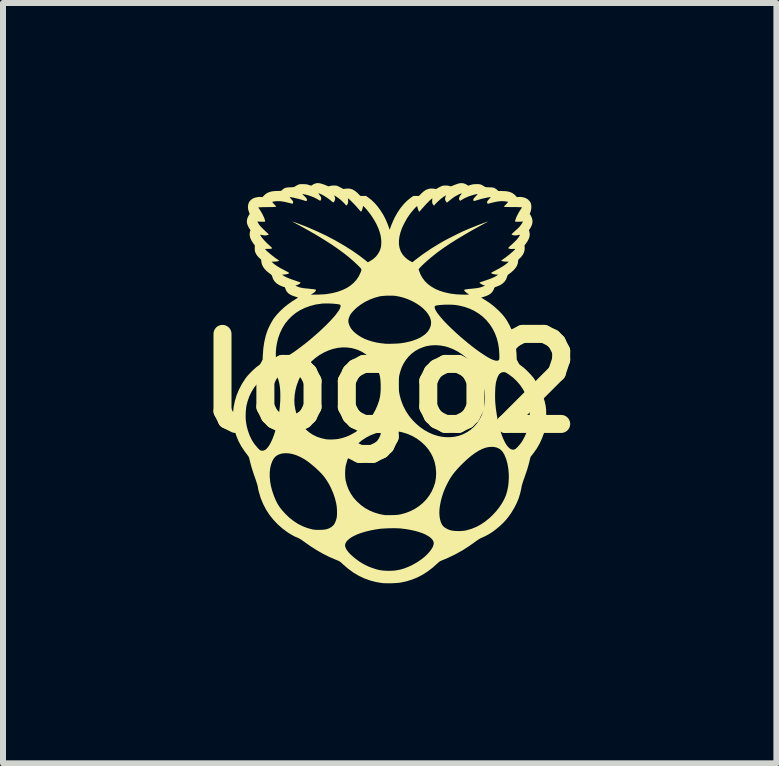
<source format=kicad_pcb>
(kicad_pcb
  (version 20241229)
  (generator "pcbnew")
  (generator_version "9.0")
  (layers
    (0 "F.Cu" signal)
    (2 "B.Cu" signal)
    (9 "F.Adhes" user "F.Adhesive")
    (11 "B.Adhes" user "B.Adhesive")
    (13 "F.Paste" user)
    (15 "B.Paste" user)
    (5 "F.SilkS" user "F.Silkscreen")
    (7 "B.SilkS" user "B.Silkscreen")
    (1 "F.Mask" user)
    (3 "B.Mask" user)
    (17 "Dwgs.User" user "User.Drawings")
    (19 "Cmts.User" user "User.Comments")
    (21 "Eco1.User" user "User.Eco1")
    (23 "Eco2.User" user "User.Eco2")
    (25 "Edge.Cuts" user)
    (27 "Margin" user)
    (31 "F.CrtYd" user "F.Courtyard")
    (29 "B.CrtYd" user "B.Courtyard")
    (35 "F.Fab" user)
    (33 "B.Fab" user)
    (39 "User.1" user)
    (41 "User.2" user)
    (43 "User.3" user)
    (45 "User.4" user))
  (footprint "logo2"
    (layer "F.Cu")
    (at 3.443 3.335)
    (property "Reference" "logo2" (at 0 0 0) (layer "F.SilkS") (effects (font (size 1.5 1.5) (thickness 0.3))))
    (attr board_only exclude_from_pos_files exclude_from_bom)
    (fp_poly (pts (xy -1.63 -2.697) (xy -1.633 -2.695) (xy -1.635 -2.697) (xy -1.633 -2.7)) (stroke (width 0) (type solid)) (fill yes) (layer "F.SilkS"))
    (fp_poly (pts (xy 1.65 -2.697) (xy 1.648 -2.695) (xy 1.645 -2.697) (xy 1.648 -2.7)) (stroke (width 0) (type solid)) (fill yes) (layer "F.SilkS"))
    (fp_poly (pts (xy -1.169 -3.332) (xy -1.133 -3.323) (xy -1.091 -3.309) (xy -1.084 -3.306) (xy -1.02 -3.28) (xy -0.989 -3.288) (xy -0.949 -3.294) (xy -0.918 -3.294) (xy -0.899 -3.293) (xy -0.885 -3.291) (xy -0.871 -3.287) (xy -0.856 -3.28) (xy -0.835 -3.27) (xy -0.824 -3.264) (xy -0.772 -3.236) (xy -0.733 -3.241) (xy -0.69 -3.244) (xy -0.651 -3.239) (xy -0.614 -3.226) (xy -0.578 -3.204) (xy -0.541 -3.174) (xy -0.529 -3.162) (xy -0.488 -3.12) (xy -0.441 -3.12) (xy -0.394 -3.12) (xy -0.357 -3.094) (xy -0.302 -3.051) (xy -0.249 -3) (xy -0.198 -2.941) (xy -0.151 -2.876) (xy -0.107 -2.806) (xy -0.069 -2.732) (xy -0.036 -2.656) (xy -0.022 -2.618) (xy -0.014 -2.596) (xy -0.007 -2.577) (xy -0.002 -2.565) (xy 0.001 -2.56) (xy 0.001 -2.56) (xy 0.004 -2.564) (xy 0.007 -2.575) (xy 0.007 -2.575) (xy 0.011 -2.59) (xy 0.019 -2.612) (xy 0.029 -2.639) (xy 0.042 -2.669) (xy 0.055 -2.701) (xy 0.069 -2.731) (xy 0.082 -2.759) (xy 0.086 -2.766) (xy 0.13 -2.844) (xy 0.179 -2.917) (xy 0.232 -2.982) (xy 0.288 -3.039) (xy 0.348 -3.088) (xy 0.358 -3.095) (xy 0.394 -3.12) (xy 0.44 -3.12) (xy 0.487 -3.12) (xy 0.528 -3.162) (xy 0.566 -3.196) (xy 0.603 -3.221) (xy 0.641 -3.236) (xy 0.68 -3.244) (xy 0.723 -3.243) (xy 0.738 -3.241) (xy 0.771 -3.235) (xy 0.824 -3.264) (xy 0.847 -3.276) (xy 0.865 -3.284) (xy 0.879 -3.289) (xy 0.893 -3.292) (xy 0.909 -3.293) (xy 0.917 -3.294) (xy 0.961 -3.293) (xy 0.989 -3.288) (xy 1.02 -3.28) (xy 1.083 -3.305) (xy 1.126 -3.321) (xy 1.162 -3.331) (xy 1.194 -3.334) (xy 1.224 -3.332) (xy 1.252 -3.323) (xy 1.281 -3.309) (xy 1.282 -3.308) (xy 1.31 -3.291) (xy 1.349 -3.304) (xy 1.369 -3.31) (xy 1.388 -3.314) (xy 1.409 -3.316) (xy 1.435 -3.317) (xy 1.445 -3.317) (xy 1.471 -3.317) (xy 1.489 -3.316) (xy 1.503 -3.314) (xy 1.516 -3.311) (xy 1.529 -3.305) (xy 1.533 -3.304) (xy 1.551 -3.294) (xy 1.568 -3.284) (xy 1.578 -3.278) (xy 1.585 -3.273) (xy 1.593 -3.269) (xy 1.604 -3.267) (xy 1.619 -3.266) (xy 1.642 -3.265) (xy 1.658 -3.264) (xy 1.686 -3.263) (xy 1.706 -3.262) (xy 1.72 -3.26) (xy 1.733 -3.257) (xy 1.745 -3.252) (xy 1.751 -3.249) (xy 1.769 -3.238) (xy 1.786 -3.226) (xy 1.794 -3.219) (xy 1.808 -3.203) (xy 1.878 -3.202) (xy 1.931 -3.2) (xy 1.977 -3.193) (xy 2.016 -3.181) (xy 2.05 -3.164) (xy 2.08 -3.142) (xy 2.095 -3.127) (xy 2.12 -3.101) (xy 2.147 -3.103) (xy 2.179 -3.104) (xy 2.215 -3.099) (xy 2.251 -3.09) (xy 2.274 -3.08) (xy 2.303 -3.062) (xy 2.328 -3.037) (xy 2.347 -3.009) (xy 2.353 -2.994) (xy 2.359 -2.966) (xy 2.36 -2.933) (xy 2.357 -2.898) (xy 2.35 -2.866) (xy 2.345 -2.852) (xy 2.333 -2.822) (xy 2.347 -2.8) (xy 2.367 -2.76) (xy 2.378 -2.72) (xy 2.379 -2.68) (xy 2.37 -2.64) (xy 2.352 -2.599) (xy 2.336 -2.573) (xy 2.32 -2.55) (xy 2.328 -2.522) (xy 2.334 -2.484) (xy 2.33 -2.445) (xy 2.316 -2.403) (xy 2.293 -2.36) (xy 2.271 -2.329) (xy 2.246 -2.296) (xy 2.249 -2.264) (xy 2.248 -2.22) (xy 2.237 -2.178) (xy 2.217 -2.139) (xy 2.188 -2.102) (xy 2.172 -2.086) (xy 2.156 -2.072) (xy 2.147 -2.062) (xy 2.142 -2.053) (xy 2.141 -2.044) (xy 2.14 -2.037) (xy 2.135 -1.998) (xy 2.121 -1.959) (xy 2.097 -1.92) (xy 2.064 -1.882) (xy 2.022 -1.845) (xy 2 -1.828) (xy 1.983 -1.816) (xy 1.971 -1.806) (xy 1.964 -1.797) (xy 1.96 -1.786) (xy 1.956 -1.772) (xy 1.939 -1.729) (xy 1.914 -1.692) (xy 1.88 -1.66) (xy 1.838 -1.633) (xy 1.788 -1.612) (xy 1.774 -1.607) (xy 1.758 -1.602) (xy 1.749 -1.596) (xy 1.743 -1.587) (xy 1.737 -1.572) (xy 1.736 -1.57) (xy 1.721 -1.538) (xy 1.701 -1.511) (xy 1.674 -1.487) (xy 1.641 -1.467) (xy 1.599 -1.45) (xy 1.556 -1.436) (xy 1.524 -1.427) (xy 1.581 -1.392) (xy 1.665 -1.337) (xy 1.741 -1.278) (xy 1.811 -1.214) (xy 1.825 -1.2) (xy 1.868 -1.156) (xy 1.903 -1.115) (xy 1.934 -1.073) (xy 1.962 -1.029) (xy 1.989 -0.98) (xy 1.997 -0.965) (xy 2.034 -0.884) (xy 2.063 -0.799) (xy 2.086 -0.71) (xy 2.102 -0.615) (xy 2.111 -0.514) (xy 2.114 -0.47) (xy 2.117 -0.393) (xy 2.139 -0.352) (xy 2.15 -0.332) (xy 2.159 -0.317) (xy 2.171 -0.306) (xy 2.186 -0.294) (xy 2.202 -0.282) (xy 2.226 -0.264) (xy 2.255 -0.239) (xy 2.286 -0.21) (xy 2.317 -0.178) (xy 2.348 -0.146) (xy 2.375 -0.115) (xy 2.398 -0.087) (xy 2.405 -0.076) (xy 2.464 0.016) (xy 2.514 0.11) (xy 2.553 0.208) (xy 2.584 0.309) (xy 2.597 0.369) (xy 2.6 0.389) (xy 2.603 0.408) (xy 2.605 0.427) (xy 2.607 0.448) (xy 2.607 0.473) (xy 2.608 0.505) (xy 2.608 0.544) (xy 2.608 0.552) (xy 2.608 0.592) (xy 2.607 0.624) (xy 2.607 0.649) (xy 2.606 0.669) (xy 2.604 0.687) (xy 2.601 0.704) (xy 2.598 0.722) (xy 2.594 0.74) (xy 2.571 0.83) (xy 2.538 0.918) (xy 2.499 1.004) (xy 2.452 1.086) (xy 2.399 1.161) (xy 2.383 1.183) (xy 2.37 1.198) (xy 2.359 1.212) (xy 2.352 1.22) (xy 2.351 1.221) (xy 2.348 1.229) (xy 2.343 1.245) (xy 2.337 1.265) (xy 2.333 1.283) (xy 2.321 1.332) (xy 2.307 1.383) (xy 2.291 1.438) (xy 2.271 1.497) (xy 2.248 1.564) (xy 2.243 1.578) (xy 2.231 1.611) (xy 2.22 1.644) (xy 2.211 1.673) (xy 2.204 1.697) (xy 2.2 1.715) (xy 2.198 1.721) (xy 2.194 1.747) (xy 2.187 1.778) (xy 2.179 1.814) (xy 2.169 1.852) (xy 2.158 1.888) (xy 2.148 1.92) (xy 2.143 1.933) (xy 2.111 2.008) (xy 2.071 2.084) (xy 2.026 2.159) (xy 1.977 2.228) (xy 1.952 2.26) (xy 1.899 2.319) (xy 1.841 2.375) (xy 1.779 2.427) (xy 1.716 2.475) (xy 1.652 2.516) (xy 1.588 2.55) (xy 1.535 2.574) (xy 1.511 2.585) (xy 1.482 2.602) (xy 1.449 2.624) (xy 1.435 2.635) (xy 1.32 2.716) (xy 1.207 2.788) (xy 1.094 2.851) (xy 0.98 2.906) (xy 0.905 2.938) (xy 0.877 2.949) (xy 0.856 2.958) (xy 0.84 2.966) (xy 0.827 2.974) (xy 0.815 2.984) (xy 0.801 2.997) (xy 0.795 3.002) (xy 0.713 3.075) (xy 0.629 3.139) (xy 0.544 3.193) (xy 0.456 3.238) (xy 0.366 3.274) (xy 0.271 3.303) (xy 0.188 3.32) (xy 0.157 3.325) (xy 0.119 3.328) (xy 0.076 3.331) (xy 0.031 3.333) (xy -0.014 3.333) (xy -0.057 3.333) (xy -0.094 3.332) (xy -0.123 3.33) (xy -0.226 3.313) (xy -0.326 3.287) (xy -0.423 3.252) (xy -0.516 3.208) (xy -0.607 3.154) (xy -0.694 3.09) (xy -0.779 3.017) (xy -0.79 3.007) (xy -0.806 2.991) (xy -0.82 2.98) (xy -0.832 2.97) (xy -0.846 2.963) (xy -0.864 2.955) (xy -0.887 2.945) (xy -0.905 2.938) (xy -1.007 2.894) (xy -1.109 2.843) (xy -1.212 2.784) (xy -1.317 2.718) (xy -1.343 2.699) (xy -0.744 2.699) (xy -0.74 2.726) (xy -0.728 2.757) (xy -0.707 2.79) (xy -0.679 2.825) (xy -0.644 2.861) (xy -0.603 2.897) (xy -0.558 2.933) (xy -0.51 2.968) (xy -0.459 3) (xy -0.406 3.029) (xy -0.371 3.046) (xy -0.335 3.062) (xy -0.293 3.077) (xy -0.25 3.092) (xy -0.208 3.104) (xy -0.172 3.112) (xy -0.171 3.113) (xy -0.118 3.121) (xy -0.058 3.125) (xy 0.003 3.126) (xy 0.064 3.123) (xy 0.102 3.119) (xy 0.172 3.106) (xy 0.245 3.085) (xy 0.318 3.056) (xy 0.39 3.021) (xy 0.46 2.981) (xy 0.525 2.937) (xy 0.585 2.889) (xy 0.637 2.838) (xy 0.667 2.804) (xy 0.697 2.763) (xy 0.718 2.727) (xy 0.73 2.693) (xy 0.734 2.663) (xy 0.729 2.637) (xy 0.725 2.628) (xy 0.706 2.599) (xy 0.678 2.572) (xy 0.641 2.546) (xy 0.596 2.521) (xy 0.543 2.498) (xy 0.484 2.478) (xy 0.419 2.46) (xy 0.348 2.444) (xy 0.272 2.431) (xy 0.192 2.421) (xy 0.17 2.419) (xy 0.132 2.417) (xy 0.087 2.416) (xy 0.038 2.416) (xy -0.014 2.417) (xy -0.065 2.419) (xy -0.113 2.422) (xy -0.155 2.425) (xy -0.173 2.427) (xy -0.253 2.44) (xy -0.33 2.455) (xy -0.401 2.472) (xy -0.467 2.492) (xy -0.527 2.513) (xy -0.581 2.537) (xy -0.628 2.561) (xy -0.667 2.588) (xy -0.699 2.615) (xy -0.723 2.642) (xy -0.738 2.671) (xy -0.744 2.699) (xy -1.343 2.699) (xy -1.425 2.642) (xy -1.44 2.631) (xy -1.477 2.605) (xy -1.509 2.586) (xy -1.534 2.574) (xy -1.574 2.558) (xy -1.612 2.538) (xy -1.653 2.515) (xy -1.697 2.487) (xy -1.699 2.486) (xy -1.787 2.421) (xy -1.867 2.35) (xy -1.94 2.273) (xy -2.005 2.191) (xy -2.061 2.104) (xy -2.109 2.012) (xy -2.149 1.915) (xy -2.178 1.817) (xy -2.185 1.79) (xy -2.191 1.763) (xy -2.195 1.74) (xy -2.198 1.723) (xy -2.198 1.723) (xy -2.201 1.709) (xy -2.207 1.688) (xy -2.215 1.662) (xy -2.225 1.631) (xy -2.236 1.597) (xy -2.243 1.578) (xy -2.267 1.509) (xy -2.274 1.488) (xy -1.999 1.488) (xy -1.999 1.561) (xy -1.992 1.638) (xy -1.978 1.717) (xy -1.956 1.798) (xy -1.928 1.88) (xy -1.912 1.919) (xy -1.891 1.966) (xy -1.871 2.005) (xy -1.849 2.041) (xy -1.825 2.076) (xy -1.809 2.097) (xy -1.745 2.17) (xy -1.677 2.236) (xy -1.604 2.294) (xy -1.529 2.343) (xy -1.45 2.383) (xy -1.369 2.414) (xy -1.287 2.436) (xy -1.278 2.437) (xy -1.252 2.441) (xy -1.22 2.443) (xy -1.184 2.443) (xy -1.147 2.443) (xy -1.112 2.441) (xy -1.081 2.438) (xy -1.057 2.434) (xy -1.053 2.433) (xy -1.008 2.417) (xy -0.971 2.396) (xy -0.94 2.369) (xy -0.916 2.335) (xy -0.898 2.293) (xy -0.887 2.257) (xy -0.881 2.226) (xy -0.878 2.187) (xy -0.878 2.144) (xy -0.879 2.098) (xy -0.883 2.053) (xy -0.89 2.011) (xy -0.892 1.998) (xy -0.913 1.914) (xy -0.942 1.83) (xy -0.977 1.748) (xy -1.017 1.671) (xy -1.062 1.6) (xy -1.097 1.552) (xy -1.132 1.511) (xy -1.147 1.496) (xy -0.743 1.496) (xy -0.742 1.543) (xy -0.739 1.586) (xy -0.734 1.62) (xy -0.713 1.698) (xy -0.686 1.77) (xy -0.65 1.837) (xy -0.607 1.901) (xy -0.554 1.962) (xy -0.54 1.975) (xy -0.476 2.033) (xy -0.407 2.082) (xy -0.332 2.123) (xy -0.252 2.156) (xy -0.167 2.181) (xy -0.083 2.197) (xy -0.073 2.198) (xy -0.055 2.198) (xy -0.031 2.198) (xy -0.002 2.198) (xy 0.029 2.198) (xy 0.033 2.197) (xy 0.073 2.197) (xy 0.105 2.195) (xy 0.132 2.193) (xy 0.154 2.19) (xy 0.176 2.186) (xy 0.181 2.185) (xy 0.266 2.162) (xy 0.279 2.157) (xy 0.827 2.157) (xy 0.83 2.216) (xy 0.839 2.269) (xy 0.853 2.317) (xy 0.873 2.358) (xy 0.892 2.383) (xy 0.908 2.398) (xy 0.931 2.413) (xy 0.957 2.428) (xy 0.984 2.44) (xy 0.997 2.445) (xy 1.036 2.455) (xy 1.082 2.461) (xy 1.132 2.463) (xy 1.183 2.463) (xy 1.233 2.459) (xy 1.278 2.451) (xy 1.361 2.427) (xy 1.44 2.395) (xy 1.516 2.355) (xy 1.59 2.305) (xy 1.662 2.247) (xy 1.711 2.2) (xy 1.772 2.135) (xy 1.826 2.067) (xy 1.871 2) (xy 1.908 1.933) (xy 1.935 1.872) (xy 1.956 1.802) (xy 1.972 1.728) (xy 1.981 1.651) (xy 1.985 1.572) (xy 1.983 1.493) (xy 1.975 1.416) (xy 1.962 1.341) (xy 1.943 1.271) (xy 1.918 1.208) (xy 1.907 1.184) (xy 1.881 1.142) (xy 1.851 1.11) (xy 1.816 1.086) (xy 1.776 1.07) (xy 1.729 1.061) (xy 1.698 1.06) (xy 1.647 1.064) (xy 1.593 1.076) (xy 1.538 1.097) (xy 1.481 1.126) (xy 1.421 1.164) (xy 1.358 1.21) (xy 1.292 1.266) (xy 1.223 1.33) (xy 1.182 1.371) (xy 1.13 1.426) (xy 1.086 1.477) (xy 1.048 1.526) (xy 1.016 1.573) (xy 1 1.598) (xy 0.961 1.67) (xy 0.926 1.742) (xy 0.896 1.815) (xy 0.872 1.888) (xy 0.853 1.959) (xy 0.839 2.028) (xy 0.83 2.095) (xy 0.827 2.157) (xy 0.279 2.157) (xy 0.346 2.131) (xy 0.421 2.093) (xy 0.491 2.046) (xy 0.554 1.994) (xy 0.611 1.935) (xy 0.66 1.87) (xy 0.702 1.799) (xy 0.705 1.792) (xy 0.735 1.723) (xy 0.757 1.655) (xy 0.769 1.585) (xy 0.774 1.512) (xy 0.773 1.472) (xy 0.765 1.39) (xy 0.748 1.311) (xy 0.721 1.236) (xy 0.685 1.164) (xy 0.64 1.097) (xy 0.589 1.037) (xy 0.525 0.977) (xy 0.456 0.925) (xy 0.381 0.882) (xy 0.301 0.846) (xy 0.215 0.819) (xy 0.168 0.809) (xy 0.128 0.803) (xy 0.082 0.799) (xy 0.033 0.797) (xy -0.018 0.797) (xy -0.066 0.8) (xy -0.11 0.804) (xy -0.14 0.809) (xy -0.23 0.833) (xy -0.314 0.865) (xy -0.392 0.905) (xy -0.464 0.952) (xy -0.526 1.005) (xy -0.584 1.065) (xy -0.633 1.131) (xy -0.674 1.203) (xy -0.706 1.279) (xy -0.729 1.36) (xy -0.731 1.365) (xy -0.737 1.404) (xy -0.741 1.448) (xy -0.743 1.496) (xy -1.147 1.496) (xy -1.174 1.468) (xy -1.221 1.423) (xy -1.27 1.38) (xy -1.32 1.339) (xy -1.368 1.302) (xy -1.414 1.271) (xy -1.425 1.264) (xy -1.493 1.227) (xy -1.56 1.198) (xy -1.624 1.179) (xy -1.686 1.168) (xy -1.744 1.166) (xy -1.797 1.172) (xy -1.841 1.185) (xy -1.878 1.203) (xy -1.909 1.227) (xy -1.934 1.259) (xy -1.956 1.298) (xy -1.977 1.355) (xy -1.992 1.419) (xy -1.999 1.488) (xy -2.274 1.488) (xy -2.287 1.448) (xy -2.304 1.393) (xy -2.318 1.341) (xy -2.331 1.292) (xy -2.333 1.283) (xy -2.34 1.253) (xy -2.348 1.23) (xy -2.356 1.216) (xy -2.358 1.213) (xy -2.422 1.128) (xy -2.477 1.044) (xy -2.522 0.959) (xy -2.557 0.873) (xy -2.584 0.785) (xy -2.601 0.695) (xy -2.61 0.603) (xy -2.611 0.549) (xy -2.4 0.549) (xy -2.399 0.594) (xy -2.396 0.63) (xy -2.383 0.712) (xy -2.362 0.792) (xy -2.334 0.869) (xy -2.3 0.941) (xy -2.265 0.997) (xy -2.251 1.017) (xy -2.234 1.038) (xy -2.215 1.06) (xy -2.197 1.081) (xy -2.179 1.099) (xy -2.164 1.112) (xy -2.154 1.12) (xy -2.153 1.12) (xy -2.129 1.125) (xy -2.103 1.122) (xy -2.077 1.112) (xy -2.074 1.11) (xy -2.049 1.09) (xy -2.024 1.06) (xy -1.999 1.022) (xy -1.975 0.976) (xy -1.951 0.924) (xy -1.929 0.865) (xy -1.908 0.801) (xy -1.889 0.733) (xy -1.886 0.72) (xy -1.867 0.634) (xy -1.851 0.549) (xy -1.839 0.464) (xy -1.83 0.382) (xy -1.824 0.302) (xy -1.824 0.287) (xy -1.589 0.287) (xy -1.586 0.353) (xy -1.573 0.435) (xy -1.553 0.513) (xy -1.525 0.586) (xy -1.489 0.654) (xy -1.446 0.715) (xy -1.397 0.77) (xy -1.342 0.818) (xy -1.28 0.859) (xy -1.213 0.892) (xy -1.141 0.916) (xy -1.065 0.933) (xy -1.049 0.935) (xy -1.015 0.937) (xy -0.976 0.938) (xy -0.933 0.936) (xy -0.892 0.933) (xy -0.854 0.928) (xy -0.841 0.925) (xy -0.787 0.912) (xy -0.736 0.896) (xy -0.685 0.876) (xy -0.656 0.862) (xy -0.579 0.82) (xy -0.507 0.771) (xy -0.44 0.716) (xy -0.38 0.654) (xy -0.325 0.588) (xy -0.278 0.518) (xy -0.237 0.443) (xy -0.203 0.366) (xy -0.176 0.287) (xy -0.157 0.206) (xy -0.146 0.125) (xy -0.143 0.043) (xy -0.144 0.033) (xy 0.146 0.033) (xy 0.151 0.113) (xy 0.165 0.194) (xy 0.187 0.276) (xy 0.217 0.358) (xy 0.229 0.385) (xy 0.27 0.464) (xy 0.319 0.539) (xy 0.375 0.608) (xy 0.437 0.672) (xy 0.504 0.729) (xy 0.575 0.779) (xy 0.65 0.821) (xy 0.728 0.855) (xy 0.808 0.88) (xy 0.87 0.892) (xy 0.91 0.897) (xy 0.956 0.899) (xy 1.003 0.899) (xy 1.048 0.896) (xy 1.08 0.892) (xy 1.153 0.876) (xy 1.223 0.85) (xy 1.29 0.815) (xy 1.351 0.773) (xy 1.404 0.726) (xy 1.454 0.669) (xy 1.497 0.605) (xy 1.531 0.537) (xy 1.558 0.464) (xy 1.576 0.388) (xy 1.586 0.31) (xy 1.588 0.229) (xy 1.585 0.188) (xy 1.756 0.188) (xy 1.756 0.236) (xy 1.757 0.282) (xy 1.759 0.324) (xy 1.76 0.331) (xy 1.769 0.423) (xy 1.782 0.512) (xy 1.797 0.599) (xy 1.815 0.682) (xy 1.835 0.761) (xy 1.857 0.834) (xy 1.881 0.9) (xy 1.907 0.959) (xy 1.934 1.009) (xy 1.952 1.037) (xy 1.978 1.067) (xy 2.004 1.09) (xy 2.03 1.103) (xy 2.056 1.108) (xy 2.08 1.103) (xy 2.096 1.095) (xy 2.11 1.083) (xy 2.128 1.065) (xy 2.148 1.043) (xy 2.168 1.02) (xy 2.187 0.996) (xy 2.196 0.984) (xy 2.216 0.952) (xy 2.236 0.915) (xy 2.257 0.873) (xy 2.275 0.831) (xy 2.289 0.792) (xy 2.29 0.79) (xy 2.314 0.703) (xy 2.328 0.614) (xy 2.333 0.524) (xy 2.329 0.435) (xy 2.317 0.347) (xy 2.295 0.262) (xy 2.291 0.251) (xy 2.26 0.173) (xy 2.219 0.098) (xy 2.171 0.028) (xy 2.115 -0.037) (xy 2.052 -0.096) (xy 1.984 -0.147) (xy 1.963 -0.16) (xy 1.943 -0.173) (xy 1.927 -0.18) (xy 1.915 -0.184) (xy 1.901 -0.185) (xy 1.899 -0.185) (xy 1.871 -0.181) (xy 1.846 -0.169) (xy 1.824 -0.148) (xy 1.805 -0.118) (xy 1.789 -0.079) (xy 1.775 -0.031) (xy 1.77 -0.011) (xy 1.766 0.017) (xy 1.762 0.053) (xy 1.759 0.095) (xy 1.757 0.141) (xy 1.756 0.188) (xy 1.585 0.188) (xy 1.582 0.146) (xy 1.567 0.064) (xy 1.544 -0.019) (xy 1.512 -0.101) (xy 1.498 -0.133) (xy 1.454 -0.213) (xy 1.402 -0.289) (xy 1.344 -0.358) (xy 1.279 -0.422) (xy 1.21 -0.478) (xy 1.136 -0.526) (xy 1.058 -0.567) (xy 0.977 -0.598) (xy 0.927 -0.613) (xy 0.847 -0.628) (xy 0.767 -0.634) (xy 0.688 -0.63) (xy 0.611 -0.617) (xy 0.561 -0.602) (xy 0.491 -0.574) (xy 0.426 -0.538) (xy 0.368 -0.495) (xy 0.316 -0.445) (xy 0.271 -0.39) (xy 0.232 -0.329) (xy 0.2 -0.264) (xy 0.176 -0.195) (xy 0.158 -0.122) (xy 0.148 -0.046) (xy 0.146 0.033) (xy -0.144 0.033) (xy -0.149 -0.038) (xy -0.163 -0.118) (xy -0.186 -0.196) (xy -0.21 -0.253) (xy -0.246 -0.319) (xy -0.29 -0.379) (xy -0.341 -0.434) (xy -0.398 -0.482) (xy -0.46 -0.522) (xy -0.526 -0.554) (xy -0.553 -0.563) (xy -0.628 -0.584) (xy -0.706 -0.595) (xy -0.784 -0.597) (xy -0.863 -0.589) (xy -0.942 -0.572) (xy -1.02 -0.546) (xy -1.097 -0.511) (xy -1.172 -0.468) (xy -1.244 -0.416) (xy -1.26 -0.402) (xy -1.325 -0.343) (xy -1.383 -0.276) (xy -1.435 -0.204) (xy -1.481 -0.128) (xy -1.519 -0.048) (xy -1.549 0.034) (xy -1.571 0.118) (xy -1.584 0.203) (xy -1.589 0.287) (xy -1.824 0.287) (xy -1.822 0.225) (xy -1.823 0.153) (xy -1.827 0.087) (xy -1.835 0.027) (xy -1.846 -0.027) (xy -1.86 -0.071) (xy -1.867 -0.087) (xy -1.886 -0.12) (xy -1.906 -0.144) (xy -1.928 -0.159) (xy -1.953 -0.166) (xy -1.967 -0.166) (xy -1.987 -0.164) (xy -2.006 -0.156) (xy -2.017 -0.15) (xy -2.082 -0.106) (xy -2.143 -0.055) (xy -2.198 -0.001) (xy -2.246 0.056) (xy -2.257 0.07) (xy -2.301 0.141) (xy -2.338 0.217) (xy -2.367 0.298) (xy -2.386 0.372) (xy -2.392 0.41) (xy -2.396 0.454) (xy -2.399 0.502) (xy -2.4 0.549) (xy -2.611 0.549) (xy -2.611 0.507) (xy -2.61 0.486) (xy -2.599 0.39) (xy -2.579 0.294) (xy -2.55 0.198) (xy -2.511 0.105) (xy -2.463 0.013) (xy -2.406 -0.075) (xy -2.406 -0.076) (xy -2.385 -0.103) (xy -2.36 -0.133) (xy -2.33 -0.165) (xy -2.299 -0.197) (xy -2.267 -0.227) (xy -2.237 -0.254) (xy -2.211 -0.276) (xy -2.202 -0.282) (xy -2.182 -0.296) (xy -2.168 -0.308) (xy -2.157 -0.32) (xy -2.147 -0.336) (xy -2.139 -0.352) (xy -2.117 -0.393) (xy -2.114 -0.47) (xy -2.113 -0.473) (xy -1.897 -0.473) (xy -1.897 -0.447) (xy -1.895 -0.426) (xy -1.892 -0.412) (xy -1.891 -0.408) (xy -1.877 -0.397) (xy -1.86 -0.393) (xy -1.838 -0.394) (xy -1.809 -0.402) (xy -1.79 -0.409) (xy -1.75 -0.427) (xy -1.705 -0.451) (xy -1.654 -0.482) (xy -1.599 -0.518) (xy -1.541 -0.559) (xy -1.48 -0.605) (xy -1.417 -0.653) (xy -1.353 -0.704) (xy -1.29 -0.757) (xy -1.227 -0.812) (xy -1.165 -0.867) (xy -1.106 -0.923) (xy -1.05 -0.977) (xy -0.998 -1.03) (xy -0.689 -1.03) (xy -0.685 -1.004) (xy -0.671 -0.96) (xy -0.648 -0.917) (xy -0.616 -0.876) (xy -0.576 -0.838) (xy -0.529 -0.802) (xy -0.476 -0.769) (xy -0.417 -0.739) (xy -0.352 -0.714) (xy -0.283 -0.693) (xy -0.211 -0.676) (xy -0.136 -0.665) (xy -0.135 -0.665) (xy -0.112 -0.663) (xy -0.09 -0.66) (xy -0.072 -0.658) (xy -0.068 -0.658) (xy -0.049 -0.657) (xy -0.022 -0.657) (xy 0.01 -0.657) (xy 0.046 -0.658) (xy 0.084 -0.659) (xy 0.121 -0.661) (xy 0.155 -0.663) (xy 0.184 -0.666) (xy 0.2 -0.668) (xy 0.266 -0.679) (xy 0.332 -0.694) (xy 0.394 -0.712) (xy 0.452 -0.734) (xy 0.504 -0.758) (xy 0.541 -0.78) (xy 0.573 -0.802) (xy 0.598 -0.822) (xy 0.619 -0.843) (xy 0.638 -0.866) (xy 0.646 -0.877) (xy 0.67 -0.92) (xy 0.685 -0.963) (xy 0.69 -1.008) (xy 0.685 -1.053) (xy 0.67 -1.098) (xy 0.666 -1.106) (xy 0.638 -1.155) (xy 0.6 -1.203) (xy 0.555 -1.248) (xy 0.523 -1.274) (xy 0.749 -1.274) (xy 0.75 -1.256) (xy 0.757 -1.233) (xy 0.768 -1.211) (xy 0.79 -1.175) (xy 0.821 -1.134) (xy 0.858 -1.089) (xy 0.901 -1.04) (xy 0.95 -0.989) (xy 1.003 -0.936) (xy 1.06 -0.882) (xy 1.119 -0.827) (xy 1.181 -0.772) (xy 1.244 -0.719) (xy 1.307 -0.666) (xy 1.37 -0.616) (xy 1.432 -0.569) (xy 1.492 -0.525) (xy 1.55 -0.486) (xy 1.603 -0.451) (xy 1.653 -0.422) (xy 1.697 -0.399) (xy 1.728 -0.387) (xy 1.756 -0.378) (xy 1.781 -0.375) (xy 1.802 -0.377) (xy 1.817 -0.384) (xy 1.818 -0.386) (xy 1.822 -0.391) (xy 1.825 -0.397) (xy 1.826 -0.407) (xy 1.827 -0.422) (xy 1.827 -0.443) (xy 1.827 -0.472) (xy 1.821 -0.569) (xy 1.807 -0.662) (xy 1.784 -0.75) (xy 1.753 -0.833) (xy 1.714 -0.91) (xy 1.667 -0.982) (xy 1.614 -1.047) (xy 1.553 -1.107) (xy 1.485 -1.159) (xy 1.412 -1.204) (xy 1.332 -1.242) (xy 1.246 -1.272) (xy 1.155 -1.294) (xy 1.099 -1.303) (xy 1.067 -1.306) (xy 1.032 -1.308) (xy 0.993 -1.309) (xy 0.953 -1.309) (xy 0.913 -1.308) (xy 0.875 -1.306) (xy 0.839 -1.303) (xy 0.808 -1.3) (xy 0.782 -1.296) (xy 0.764 -1.291) (xy 0.754 -1.286) (xy 0.749 -1.274) (xy 0.523 -1.274) (xy 0.502 -1.291) (xy 0.443 -1.33) (xy 0.38 -1.365) (xy 0.312 -1.396) (xy 0.241 -1.422) (xy 0.167 -1.442) (xy 0.096 -1.455) (xy 0.071 -1.458) (xy 0.038 -1.459) (xy 0.002 -1.459) (xy -0.038 -1.459) (xy -0.076 -1.457) (xy -0.112 -1.454) (xy -0.143 -1.451) (xy -0.165 -1.448) (xy -0.251 -1.424) (xy -0.334 -1.393) (xy -0.413 -1.354) (xy -0.486 -1.308) (xy -0.553 -1.256) (xy -0.588 -1.223) (xy -0.611 -1.199) (xy -0.628 -1.18) (xy -0.641 -1.164) (xy -0.652 -1.148) (xy -0.662 -1.131) (xy -0.665 -1.125) (xy -0.679 -1.09) (xy -0.687 -1.06) (xy -0.689 -1.03) (xy -0.998 -1.03) (xy -0.998 -1.03) (xy -0.95 -1.082) (xy -0.908 -1.13) (xy -0.878 -1.169) (xy -0.853 -1.204) (xy -0.834 -1.235) (xy -0.823 -1.262) (xy -0.818 -1.284) (xy -0.82 -1.3) (xy -0.823 -1.305) (xy -0.833 -1.31) (xy -0.851 -1.315) (xy -0.877 -1.319) (xy -0.907 -1.322) (xy -0.942 -1.325) (xy -0.979 -1.327) (xy -1.017 -1.329) (xy -1.055 -1.329) (xy -1.091 -1.328) (xy -1.123 -1.327) (xy -1.138 -1.325) (xy -1.234 -1.311) (xy -1.325 -1.287) (xy -1.411 -1.256) (xy -1.49 -1.218) (xy -1.564 -1.172) (xy -1.63 -1.118) (xy -1.69 -1.058) (xy -1.744 -0.991) (xy -1.789 -0.918) (xy -1.827 -0.838) (xy -1.858 -0.753) (xy -1.88 -0.662) (xy -1.89 -0.597) (xy -1.893 -0.567) (xy -1.896 -0.535) (xy -1.897 -0.503) (xy -1.897 -0.473) (xy -2.113 -0.473) (xy -2.106 -0.578) (xy -2.091 -0.68) (xy -2.069 -0.778) (xy -2.051 -0.837) (xy -2.037 -0.877) (xy -2.018 -0.921) (xy -1.996 -0.967) (xy -1.972 -1.012) (xy -1.948 -1.053) (xy -1.927 -1.085) (xy -1.881 -1.142) (xy -1.828 -1.199) (xy -1.767 -1.256) (xy -1.7 -1.311) (xy -1.629 -1.362) (xy -1.554 -1.409) (xy -1.548 -1.413) (xy -1.535 -1.421) (xy -1.529 -1.425) (xy -1.53 -1.428) (xy -1.536 -1.431) (xy -1.584 -1.446) (xy -1.623 -1.46) (xy -1.655 -1.475) (xy -1.68 -1.491) (xy -1.7 -1.509) (xy -1.716 -1.529) (xy -1.729 -1.552) (xy -1.736 -1.57) (xy -1.746 -1.598) (xy -1.789 -1.612) (xy -1.839 -1.634) (xy -1.881 -1.66) (xy -1.914 -1.692) (xy -1.94 -1.73) (xy -1.956 -1.772) (xy -1.957 -1.776) (xy -1.961 -1.789) (xy -1.966 -1.798) (xy -1.973 -1.807) (xy -1.985 -1.817) (xy -2.004 -1.831) (xy -2.049 -1.867) (xy -2.086 -1.906) (xy -2.113 -1.945) (xy -2.131 -1.986) (xy -2.139 -2.024) (xy -2.142 -2.058) (xy -2.179 -2.093) (xy -2.201 -2.117) (xy -2.218 -2.139) (xy -2.231 -2.162) (xy -2.231 -2.163) (xy -2.239 -2.18) (xy -2.244 -2.194) (xy -2.247 -2.208) (xy -2.248 -2.226) (xy -2.248 -2.248) (xy -2.248 -2.298) (xy -2.273 -2.33) (xy -2.302 -2.375) (xy -2.322 -2.417) (xy -2.332 -2.458) (xy -2.333 -2.497) (xy -2.329 -2.521) (xy -2.32 -2.549) (xy -2.34 -2.58) (xy -2.363 -2.622) (xy -2.377 -2.662) (xy -2.38 -2.694) (xy -2.205 -2.694) (xy -2.189 -2.664) (xy -2.176 -2.643) (xy -2.155 -2.617) (xy -2.126 -2.587) (xy -2.09 -2.551) (xy -2.053 -2.516) (xy -2.013 -2.48) (xy -2.025 -2.473) (xy -2.05 -2.464) (xy -2.082 -2.462) (xy -2.118 -2.467) (xy -2.136 -2.471) (xy -2.15 -2.474) (xy -2.158 -2.474) (xy -2.158 -2.474) (xy -2.157 -2.469) (xy -2.15 -2.458) (xy -2.141 -2.443) (xy -2.138 -2.438) (xy -2.116 -2.41) (xy -2.086 -2.376) (xy -2.049 -2.338) (xy -2.003 -2.295) (xy -1.996 -2.289) (xy -1.978 -2.272) (xy -1.967 -2.261) (xy -1.961 -2.254) (xy -1.96 -2.25) (xy -1.962 -2.247) (xy -1.966 -2.244) (xy -1.978 -2.241) (xy -1.999 -2.239) (xy -2.026 -2.238) (xy -2.027 -2.238) (xy -2.047 -2.238) (xy -2.064 -2.237) (xy -2.074 -2.236) (xy -2.075 -2.235) (xy -2.072 -2.228) (xy -2.061 -2.217) (xy -2.045 -2.201) (xy -2.024 -2.183) (xy -2.001 -2.162) (xy -1.975 -2.141) (xy -1.948 -2.12) (xy -1.922 -2.1) (xy -1.898 -2.082) (xy -1.881 -2.071) (xy -1.864 -2.059) (xy -1.852 -2.049) (xy -1.845 -2.042) (xy -1.844 -2.039) (xy -1.853 -2.035) (xy -1.869 -2.031) (xy -1.889 -2.028) (xy -1.912 -2.026) (xy -1.935 -2.025) (xy -1.935 -2.025) (xy -1.968 -2.025) (xy -1.943 -2.001) (xy -1.913 -1.977) (xy -1.874 -1.95) (xy -1.825 -1.92) (xy -1.766 -1.889) (xy -1.75 -1.88) (xy -1.721 -1.865) (xy -1.7 -1.854) (xy -1.687 -1.846) (xy -1.679 -1.84) (xy -1.676 -1.836) (xy -1.676 -1.833) (xy -1.678 -1.831) (xy -1.694 -1.823) (xy -1.716 -1.817) (xy -1.741 -1.812) (xy -1.765 -1.81) (xy -1.793 -1.81) (xy -1.778 -1.798) (xy -1.758 -1.784) (xy -1.729 -1.769) (xy -1.691 -1.752) (xy -1.647 -1.735) (xy -1.596 -1.717) (xy -1.585 -1.713) (xy -1.555 -1.703) (xy -1.53 -1.694) (xy -1.509 -1.687) (xy -1.494 -1.681) (xy -1.487 -1.678) (xy -1.487 -1.678) (xy -1.486 -1.672) (xy -1.494 -1.663) (xy -1.507 -1.653) (xy -1.524 -1.644) (xy -1.545 -1.635) (xy -1.552 -1.633) (xy -1.573 -1.626) (xy -1.545 -1.614) (xy -1.528 -1.607) (xy -1.512 -1.601) (xy -1.494 -1.595) (xy -1.473 -1.591) (xy -1.448 -1.586) (xy -1.419 -1.582) (xy -1.382 -1.578) (xy -1.338 -1.574) (xy -1.305 -1.57) (xy -1.281 -1.568) (xy -1.26 -1.565) (xy -1.245 -1.562) (xy -1.238 -1.56) (xy -1.229 -1.556) (xy -1.228 -1.551) (xy -1.232 -1.541) (xy -1.232 -1.541) (xy -1.246 -1.522) (xy -1.267 -1.504) (xy -1.291 -1.49) (xy -1.303 -1.483) (xy -1.31 -1.478) (xy -1.31 -1.477) (xy -1.306 -1.476) (xy -1.292 -1.475) (xy -1.272 -1.475) (xy -1.247 -1.476) (xy -1.218 -1.476) (xy -1.187 -1.477) (xy -1.156 -1.478) (xy -1.125 -1.48) (xy -1.098 -1.481) (xy -1.074 -1.483) (xy -1.056 -1.485) (xy -1.053 -1.485) (xy -0.958 -1.501) (xy -0.871 -1.523) (xy -0.792 -1.551) (xy -0.721 -1.584) (xy -0.658 -1.624) (xy -0.604 -1.669) (xy -0.557 -1.72) (xy -0.518 -1.776) (xy -0.49 -1.834) (xy -0.48 -1.857) (xy -0.474 -1.874) (xy -0.472 -1.888) (xy -0.474 -1.9) (xy -0.48 -1.913) (xy -0.493 -1.927) (xy -0.511 -1.946) (xy -0.526 -1.961) (xy -0.597 -2.028) (xy -0.677 -2.097) (xy -0.765 -2.167) (xy -0.862 -2.238) (xy -0.967 -2.31) (xy -1.082 -2.384) (xy -1.206 -2.46) (xy -1.339 -2.537) (xy -1.481 -2.616) (xy -1.516 -2.635) (xy -1.546 -2.651) (xy -1.573 -2.666) (xy -1.595 -2.678) (xy -1.612 -2.687) (xy -1.622 -2.693) (xy -1.624 -2.695) (xy -1.618 -2.693) (xy -1.603 -2.688) (xy -1.583 -2.681) (xy -1.557 -2.672) (xy -1.528 -2.661) (xy -1.497 -2.649) (xy -1.465 -2.637) (xy -1.434 -2.625) (xy -1.405 -2.614) (xy -1.379 -2.603) (xy -1.377 -2.603) (xy -1.214 -2.532) (xy -1.056 -2.458) (xy -0.905 -2.378) (xy -0.761 -2.295) (xy -0.624 -2.209) (xy -0.496 -2.119) (xy -0.403 -2.047) (xy -0.364 -2.015) (xy -0.331 -2.033) (xy -0.278 -2.066) (xy -0.233 -2.106) (xy -0.197 -2.151) (xy -0.173 -2.193) (xy -0.157 -2.229) (xy -0.147 -2.265) (xy -0.142 -2.305) (xy -0.14 -2.348) (xy -0.141 -2.376) (xy 0.154 -2.376) (xy 0.154 -2.314) (xy 0.164 -2.256) (xy 0.182 -2.202) (xy 0.19 -2.186) (xy 0.216 -2.143) (xy 0.251 -2.103) (xy 0.292 -2.067) (xy 0.337 -2.037) (xy 0.344 -2.033) (xy 0.378 -2.016) (xy 0.435 -2.061) (xy 0.559 -2.154) (xy 0.691 -2.243) (xy 0.826 -2.326) (xy 0.858 -2.345) (xy 0.89 -2.363) (xy 0.929 -2.384) (xy 0.973 -2.407) (xy 1.02 -2.431) (xy 1.069 -2.456) (xy 1.117 -2.48) (xy 1.162 -2.502) (xy 1.203 -2.522) (xy 1.238 -2.538) (xy 1.248 -2.542) (xy 1.278 -2.555) (xy 1.312 -2.57) (xy 1.35 -2.585) (xy 1.389 -2.601) (xy 1.43 -2.617) (xy 1.469 -2.633) (xy 1.508 -2.648) (xy 1.543 -2.661) (xy 1.575 -2.673) (xy 1.601 -2.683) (xy 1.622 -2.69) (xy 1.635 -2.694) (xy 1.639 -2.695) (xy 1.636 -2.693) (xy 1.625 -2.686) (xy 1.607 -2.677) (xy 1.584 -2.664) (xy 1.557 -2.649) (xy 1.531 -2.635) (xy 1.385 -2.555) (xy 1.249 -2.476) (xy 1.122 -2.4) (xy 1.006 -2.327) (xy 0.899 -2.255) (xy 0.802 -2.185) (xy 0.723 -2.123) (xy 0.691 -2.097) (xy 0.657 -2.068) (xy 0.622 -2.038) (xy 0.589 -2.008) (xy 0.559 -1.98) (xy 0.533 -1.955) (xy 0.513 -1.934) (xy 0.513 -1.934) (xy 0.481 -1.899) (xy 0.488 -1.878) (xy 0.513 -1.813) (xy 0.546 -1.754) (xy 0.587 -1.7) (xy 0.637 -1.651) (xy 0.694 -1.609) (xy 0.76 -1.571) (xy 0.833 -1.54) (xy 0.913 -1.515) (xy 1.002 -1.495) (xy 1.09 -1.483) (xy 1.113 -1.481) (xy 1.141 -1.479) (xy 1.171 -1.478) (xy 1.202 -1.476) (xy 1.232 -1.476) (xy 1.261 -1.475) (xy 1.285 -1.476) (xy 1.304 -1.476) (xy 1.317 -1.477) (xy 1.32 -1.479) (xy 1.316 -1.483) (xy 1.306 -1.49) (xy 1.297 -1.495) (xy 1.284 -1.504) (xy 1.269 -1.516) (xy 1.255 -1.529) (xy 1.245 -1.541) (xy 1.24 -1.55) (xy 1.24 -1.551) (xy 1.245 -1.557) (xy 1.26 -1.562) (xy 1.285 -1.566) (xy 1.317 -1.57) (xy 1.361 -1.574) (xy 1.396 -1.578) (xy 1.424 -1.581) (xy 1.447 -1.584) (xy 1.464 -1.586) (xy 1.479 -1.589) (xy 1.492 -1.592) (xy 1.503 -1.594) (xy 1.525 -1.601) (xy 1.547 -1.609) (xy 1.563 -1.615) (xy 1.588 -1.626) (xy 1.567 -1.633) (xy 1.536 -1.645) (xy 1.513 -1.66) (xy 1.506 -1.666) (xy 1.495 -1.678) (xy 1.597 -1.712) (xy 1.654 -1.732) (xy 1.703 -1.751) (xy 1.744 -1.769) (xy 1.776 -1.787) (xy 1.793 -1.799) (xy 1.808 -1.81) (xy 1.78 -1.81) (xy 1.756 -1.812) (xy 1.731 -1.817) (xy 1.708 -1.824) (xy 1.693 -1.832) (xy 1.69 -1.834) (xy 1.691 -1.838) (xy 1.695 -1.842) (xy 1.704 -1.848) (xy 1.72 -1.857) (xy 1.742 -1.868) (xy 1.764 -1.88) (xy 1.823 -1.911) (xy 1.874 -1.941) (xy 1.917 -1.969) (xy 1.95 -1.995) (xy 1.958 -2.002) (xy 1.983 -2.025) (xy 1.95 -2.025) (xy 1.927 -2.026) (xy 1.905 -2.028) (xy 1.884 -2.031) (xy 1.868 -2.035) (xy 1.859 -2.039) (xy 1.859 -2.039) (xy 1.861 -2.043) (xy 1.87 -2.052) (xy 1.885 -2.063) (xy 1.897 -2.072) (xy 1.922 -2.089) (xy 1.948 -2.109) (xy 1.975 -2.13) (xy 2.002 -2.151) (xy 2.027 -2.173) (xy 2.05 -2.193) (xy 2.068 -2.21) (xy 2.082 -2.224) (xy 2.089 -2.233) (xy 2.09 -2.236) (xy 2.086 -2.239) (xy 2.072 -2.239) (xy 2.062 -2.238) (xy 2.038 -2.236) (xy 2.015 -2.237) (xy 1.994 -2.241) (xy 1.979 -2.246) (xy 1.978 -2.247) (xy 1.976 -2.25) (xy 1.977 -2.254) (xy 1.982 -2.261) (xy 1.991 -2.271) (xy 2.006 -2.286) (xy 2.028 -2.306) (xy 2.035 -2.312) (xy 2.058 -2.334) (xy 2.081 -2.356) (xy 2.102 -2.377) (xy 2.118 -2.394) (xy 2.125 -2.402) (xy 2.141 -2.423) (xy 2.154 -2.442) (xy 2.164 -2.457) (xy 2.169 -2.468) (xy 2.169 -2.473) (xy 2.164 -2.473) (xy 2.151 -2.471) (xy 2.134 -2.467) (xy 2.132 -2.467) (xy 2.097 -2.462) (xy 2.066 -2.464) (xy 2.042 -2.471) (xy 2.03 -2.478) (xy 2.041 -2.492) (xy 2.048 -2.5) (xy 2.062 -2.513) (xy 2.08 -2.529) (xy 2.099 -2.547) (xy 2.101 -2.548) (xy 2.141 -2.584) (xy 2.172 -2.618) (xy 2.196 -2.651) (xy 2.208 -2.67) (xy 2.221 -2.694) (xy 2.161 -2.691) (xy 2.132 -2.69) (xy 2.111 -2.69) (xy 2.098 -2.691) (xy 2.091 -2.694) (xy 2.089 -2.7) (xy 2.091 -2.71) (xy 2.094 -2.721) (xy 2.103 -2.747) (xy 2.116 -2.778) (xy 2.133 -2.812) (xy 2.151 -2.846) (xy 2.169 -2.876) (xy 2.177 -2.888) (xy 2.205 -2.929) (xy 2.186 -2.932) (xy 2.176 -2.933) (xy 2.158 -2.933) (xy 2.133 -2.934) (xy 2.102 -2.935) (xy 2.069 -2.935) (xy 2.045 -2.935) (xy 2.011 -2.935) (xy 1.979 -2.936) (xy 1.952 -2.936) (xy 1.93 -2.937) (xy 1.916 -2.938) (xy 1.911 -2.938) (xy 1.907 -2.94) (xy 1.905 -2.943) (xy 1.909 -2.949) (xy 1.917 -2.959) (xy 1.931 -2.973) (xy 1.938 -2.98) (xy 1.955 -2.998) (xy 1.967 -3.012) (xy 1.971 -3.02) (xy 1.971 -3.022) (xy 1.964 -3.024) (xy 1.949 -3.027) (xy 1.929 -3.03) (xy 1.918 -3.031) (xy 1.873 -3.034) (xy 1.825 -3.031) (xy 1.772 -3.023) (xy 1.714 -3.01) (xy 1.713 -3.01) (xy 1.683 -3.002) (xy 1.661 -2.996) (xy 1.647 -2.993) (xy 1.637 -2.991) (xy 1.632 -2.992) (xy 1.629 -2.994) (xy 1.627 -2.998) (xy 1.625 -3) (xy 1.622 -3.012) (xy 1.624 -3.026) (xy 1.634 -3.042) (xy 1.65 -3.062) (xy 1.656 -3.068) (xy 1.671 -3.083) (xy 1.679 -3.093) (xy 1.681 -3.098) (xy 1.679 -3.1) (xy 1.674 -3.1) (xy 1.66 -3.099) (xy 1.638 -3.095) (xy 1.61 -3.09) (xy 1.58 -3.083) (xy 1.548 -3.076) (xy 1.517 -3.068) (xy 1.49 -3.06) (xy 1.48 -3.057) (xy 1.451 -3.048) (xy 1.43 -3.042) (xy 1.416 -3.038) (xy 1.407 -3.037) (xy 1.402 -3.037) (xy 1.398 -3.039) (xy 1.396 -3.044) (xy 1.395 -3.045) (xy 1.392 -3.054) (xy 1.393 -3.064) (xy 1.4 -3.076) (xy 1.412 -3.092) (xy 1.431 -3.112) (xy 1.435 -3.117) (xy 1.45 -3.132) (xy 1.46 -3.143) (xy 1.464 -3.149) (xy 1.462 -3.152) (xy 1.453 -3.151) (xy 1.436 -3.148) (xy 1.411 -3.141) (xy 1.393 -3.137) (xy 1.318 -3.114) (xy 1.248 -3.083) (xy 1.215 -3.064) (xy 1.173 -3.039) (xy 1.164 -3.05) (xy 1.156 -3.067) (xy 1.156 -3.086) (xy 1.164 -3.109) (xy 1.18 -3.132) (xy 1.191 -3.147) (xy 1.198 -3.159) (xy 1.201 -3.165) (xy 1.2 -3.165) (xy 1.193 -3.163) (xy 1.178 -3.157) (xy 1.159 -3.148) (xy 1.138 -3.138) (xy 1.117 -3.127) (xy 1.098 -3.117) (xy 1.088 -3.111) (xy 1.072 -3.101) (xy 1.051 -3.086) (xy 1.028 -3.068) (xy 1.006 -3.051) (xy 0.953 -3.008) (xy 0.942 -3.023) (xy 0.927 -3.046) (xy 0.922 -3.069) (xy 0.926 -3.094) (xy 0.929 -3.102) (xy 0.934 -3.117) (xy 0.937 -3.127) (xy 0.936 -3.13) (xy 0.931 -3.127) (xy 0.92 -3.12) (xy 0.904 -3.11) (xy 0.891 -3.101) (xy 0.872 -3.087) (xy 0.849 -3.069) (xy 0.825 -3.048) (xy 0.801 -3.026) (xy 0.779 -3.005) (xy 0.762 -2.987) (xy 0.75 -2.972) (xy 0.748 -2.97) (xy 0.74 -2.958) (xy 0.728 -2.97) (xy 0.715 -2.987) (xy 0.708 -3.009) (xy 0.707 -3.037) (xy 0.708 -3.048) (xy 0.711 -3.082) (xy 0.697 -3.071) (xy 0.684 -3.06) (xy 0.664 -3.042) (xy 0.641 -3.018) (xy 0.613 -2.99) (xy 0.583 -2.957) (xy 0.55 -2.921) (xy 0.517 -2.883) (xy 0.494 -2.858) (xy 0.49 -2.859) (xy 0.484 -2.868) (xy 0.478 -2.882) (xy 0.471 -2.9) (xy 0.465 -2.92) (xy 0.464 -2.924) (xy 0.461 -2.938) (xy 0.457 -2.948) (xy 0.455 -2.95) (xy 0.449 -2.946) (xy 0.438 -2.936) (xy 0.424 -2.921) (xy 0.407 -2.903) (xy 0.389 -2.882) (xy 0.37 -2.86) (xy 0.353 -2.839) (xy 0.343 -2.825) (xy 0.325 -2.801) (xy 0.307 -2.774) (xy 0.29 -2.749) (xy 0.281 -2.734) (xy 0.239 -2.657) (xy 0.204 -2.583) (xy 0.179 -2.511) (xy 0.162 -2.442) (xy 0.154 -2.376) (xy -0.141 -2.376) (xy -0.143 -2.404) (xy -0.151 -2.46) (xy -0.166 -2.516) (xy -0.187 -2.575) (xy -0.215 -2.639) (xy -0.217 -2.643) (xy -0.244 -2.694) (xy -0.276 -2.747) (xy -0.31 -2.799) (xy -0.347 -2.848) (xy -0.383 -2.893) (xy -0.418 -2.931) (xy -0.424 -2.937) (xy -0.436 -2.948) (xy -0.442 -2.952) (xy -0.445 -2.95) (xy -0.445 -2.947) (xy -0.447 -2.935) (xy -0.451 -2.917) (xy -0.457 -2.897) (xy -0.464 -2.879) (xy -0.47 -2.866) (xy -0.471 -2.863) (xy -0.475 -2.86) (xy -0.479 -2.861) (xy -0.485 -2.865) (xy -0.495 -2.875) (xy -0.509 -2.891) (xy -0.518 -2.901) (xy -0.537 -2.923) (xy -0.559 -2.948) (xy -0.583 -2.974) (xy -0.607 -2.999) (xy -0.63 -3.022) (xy -0.651 -3.043) (xy -0.668 -3.059) (xy -0.68 -3.07) (xy -0.682 -3.071) (xy -0.697 -3.082) (xy -0.693 -3.046) (xy -0.693 -3.016) (xy -0.697 -2.993) (xy -0.707 -2.975) (xy -0.714 -2.968) (xy -0.721 -2.963) (xy -0.726 -2.963) (xy -0.733 -2.969) (xy -0.738 -2.976) (xy -0.761 -3.002) (xy -0.79 -3.03) (xy -0.822 -3.059) (xy -0.854 -3.084) (xy -0.875 -3.099) (xy -0.894 -3.111) (xy -0.909 -3.121) (xy -0.92 -3.127) (xy -0.924 -3.128) (xy -0.923 -3.123) (xy -0.919 -3.112) (xy -0.917 -3.109) (xy -0.909 -3.083) (xy -0.911 -3.057) (xy -0.921 -3.032) (xy -0.923 -3.03) (xy -0.932 -3.019) (xy -0.939 -3.012) (xy -0.941 -3.011) (xy -0.946 -3.015) (xy -0.957 -3.023) (xy -0.972 -3.035) (xy -0.981 -3.043) (xy -1.016 -3.071) (xy -1.054 -3.097) (xy -1.092 -3.121) (xy -1.128 -3.141) (xy -1.161 -3.156) (xy -1.18 -3.163) (xy -1.187 -3.164) (xy -1.188 -3.163) (xy -1.184 -3.156) (xy -1.175 -3.144) (xy -1.155 -3.117) (xy -1.143 -3.093) (xy -1.141 -3.073) (xy -1.146 -3.056) (xy -1.149 -3.051) (xy -1.158 -3.039) (xy -1.196 -3.062) (xy -1.264 -3.097) (xy -1.335 -3.124) (xy -1.335 -3.124) (xy -1.357 -3.131) (xy -1.38 -3.137) (xy -1.404 -3.143) (xy -1.425 -3.148) (xy -1.442 -3.151) (xy -1.452 -3.153) (xy -1.455 -3.152) (xy -1.452 -3.148) (xy -1.444 -3.139) (xy -1.431 -3.126) (xy -1.423 -3.119) (xy -1.399 -3.095) (xy -1.384 -3.075) (xy -1.378 -3.058) (xy -1.38 -3.045) (xy -1.387 -3.037) (xy -1.391 -3.035) (xy -1.398 -3.036) (xy -1.412 -3.04) (xy -1.431 -3.046) (xy -1.455 -3.054) (xy -1.459 -3.055) (xy -1.484 -3.062) (xy -1.514 -3.07) (xy -1.545 -3.078) (xy -1.577 -3.085) (xy -1.607 -3.092) (xy -1.633 -3.097) (xy -1.653 -3.099) (xy -1.661 -3.1) (xy -1.666 -3.099) (xy -1.666 -3.095) (xy -1.66 -3.088) (xy -1.648 -3.075) (xy -1.644 -3.071) (xy -1.625 -3.05) (xy -1.613 -3.033) (xy -1.608 -3.019) (xy -1.61 -3.006) (xy -1.611 -3.002) (xy -1.614 -2.997) (xy -1.616 -2.994) (xy -1.62 -2.992) (xy -1.627 -2.992) (xy -1.638 -2.994) (xy -1.656 -2.999) (xy -1.681 -3.005) (xy -1.696 -3.009) (xy -1.759 -3.023) (xy -1.816 -3.032) (xy -1.869 -3.034) (xy -1.908 -3.031) (xy -1.928 -3.028) (xy -1.944 -3.025) (xy -1.954 -3.023) (xy -1.956 -3.022) (xy -1.955 -3.017) (xy -1.948 -3.007) (xy -1.935 -2.992) (xy -1.925 -2.982) (xy -1.908 -2.965) (xy -1.898 -2.953) (xy -1.894 -2.946) (xy -1.894 -2.941) (xy -1.895 -2.94) (xy -1.902 -2.939) (xy -1.918 -2.937) (xy -1.941 -2.936) (xy -1.969 -2.935) (xy -2.003 -2.935) (xy -2.033 -2.934) (xy -2.069 -2.934) (xy -2.102 -2.934) (xy -2.131 -2.933) (xy -2.154 -2.932) (xy -2.17 -2.931) (xy -2.176 -2.931) (xy -2.19 -2.928) (xy -2.163 -2.889) (xy -2.125 -2.826) (xy -2.095 -2.764) (xy -2.088 -2.746) (xy -2.08 -2.723) (xy -2.076 -2.708) (xy -2.076 -2.698) (xy -2.082 -2.692) (xy -2.095 -2.69) (xy -2.115 -2.69) (xy -2.14 -2.691) (xy -2.205 -2.694) (xy -2.38 -2.694) (xy -2.38 -2.701) (xy -2.374 -2.74) (xy -2.359 -2.778) (xy -2.346 -2.8) (xy -2.332 -2.822) (xy -2.344 -2.849) (xy -2.356 -2.888) (xy -2.362 -2.928) (xy -2.359 -2.968) (xy -2.349 -3.005) (xy -2.349 -3.006) (xy -2.334 -3.031) (xy -2.313 -3.054) (xy -2.287 -3.073) (xy -2.274 -3.08) (xy -2.242 -3.092) (xy -2.206 -3.1) (xy -2.171 -3.104) (xy -2.147 -3.103) (xy -2.12 -3.101) (xy -2.095 -3.127) (xy -2.067 -3.153) (xy -2.036 -3.172) (xy -2 -3.187) (xy -1.958 -3.197) (xy -1.908 -3.202) (xy -1.878 -3.203) (xy -1.809 -3.205) (xy -1.789 -3.223) (xy -1.771 -3.238) (xy -1.753 -3.249) (xy -1.733 -3.256) (xy -1.708 -3.261) (xy -1.677 -3.263) (xy -1.658 -3.264) (xy -1.631 -3.265) (xy -1.612 -3.266) (xy -1.599 -3.268) (xy -1.589 -3.271) (xy -1.582 -3.275) (xy -1.578 -3.278) (xy -1.565 -3.286) (xy -1.547 -3.296) (xy -1.533 -3.304) (xy -1.519 -3.31) (xy -1.506 -3.314) (xy -1.493 -3.316) (xy -1.476 -3.317) (xy -1.453 -3.317) (xy -1.445 -3.317) (xy -1.417 -3.316) (xy -1.395 -3.315) (xy -1.376 -3.312) (xy -1.356 -3.306) (xy -1.349 -3.304) (xy -1.309 -3.291) (xy -1.287 -3.305) (xy -1.258 -3.321) (xy -1.229 -3.331) (xy -1.2 -3.335)) (stroke (width 0) (type solid)) (fill yes) (layer "F.SilkS")))
  (gr_rect
    (start -3 -3)
    (end 9.886 9.668)
    (stroke (width 0.1) (type default))
    (fill no)
    (layer "Edge.Cuts")))
</source>
